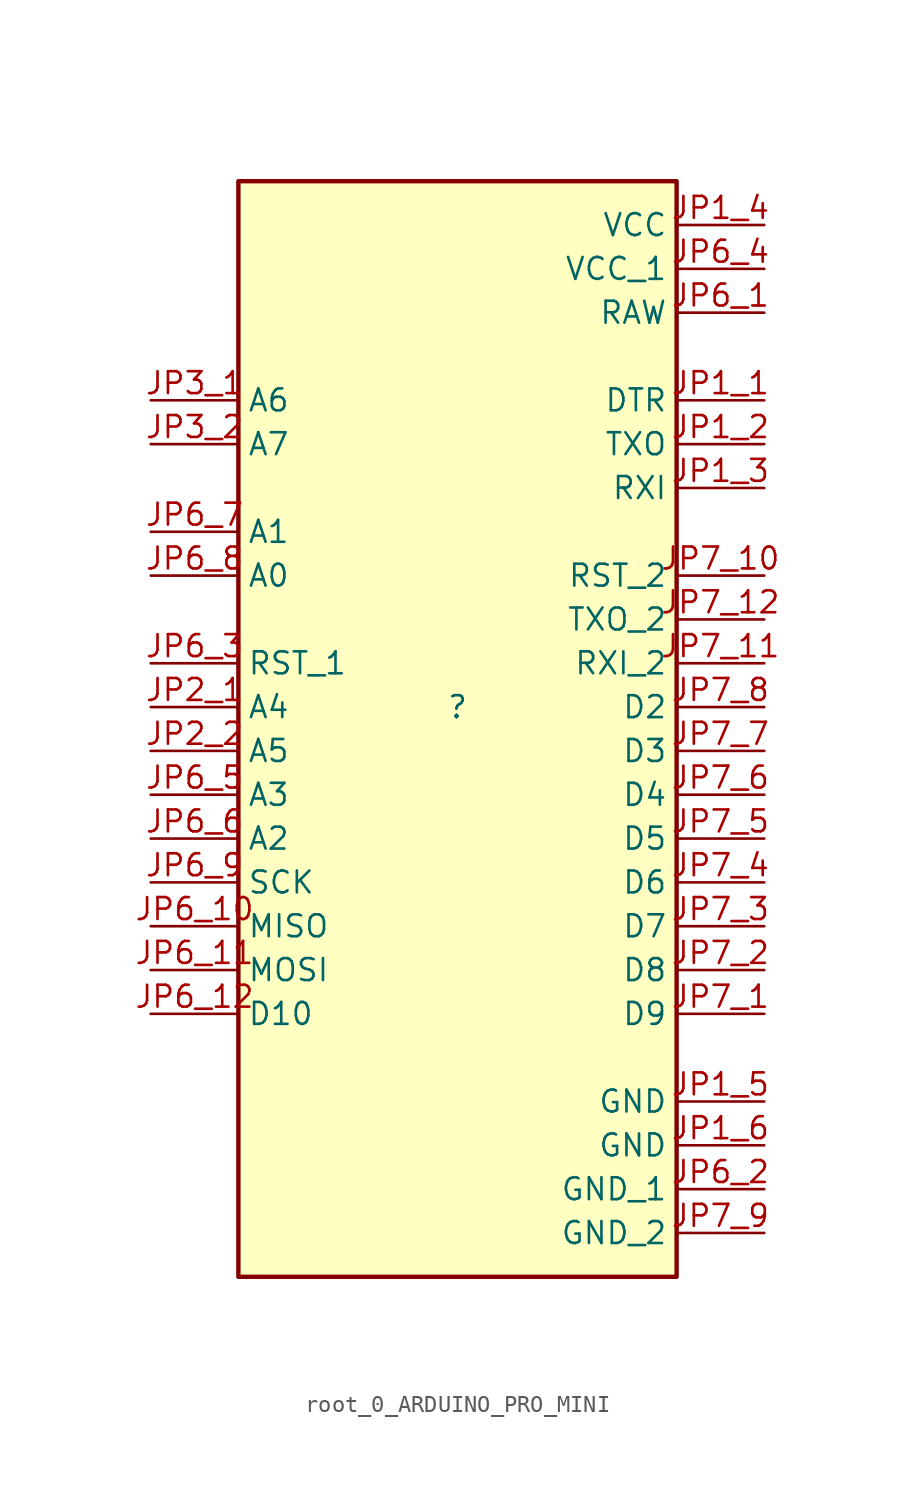
<source format=kicad_sym>
(kicad_symbol_lib
  (version 20220914)
  (generator kicad_symbol_editor)
  (symbol "root_0_ARDUINO_PRO_MINI"
    (property "Reference" ""
      (at 0 0 0)
      (effects (font (size 1.27 1.27))))
    (property "Value" ""
      (at 0 0 0)
      (effects (font (size 1.27 1.27))))
    (symbol "root_0_ARDUINO_PRO_MINI_1_0"
      (rectangle (start 12.7 30.48) (end -12.7 -33.02) (stroke (width 0.254) (type solid)) (fill (type background)))
      (pin input line (at 17.78 17.78 180) (length 5.08) (name "DTR" (effects (font (size 1.27 1.27)))) (number "JP1_1" (effects (font (size 1.27 1.27)))))
      (pin bidirectional line (at 17.78 15.24 180) (length 5.08) (name "TXO" (effects (font (size 1.27 1.27)))) (number "JP1_2" (effects (font (size 1.27 1.27)))))
      (pin bidirectional line (at 17.78 12.7 180) (length 5.08) (name "RXI" (effects (font (size 1.27 1.27)))) (number "JP1_3" (effects (font (size 1.27 1.27)))))
      (pin power_in line (at 17.78 27.94 180) (length 5.08) (name "VCC" (effects (font (size 1.27 1.27)))) (number "JP1_4" (effects (font (size 1.27 1.27)))))
      (pin power_in line (at 17.78 -22.86 180) (length 5.08) (name "GND" (effects (font (size 1.27 1.27)))) (number "JP1_5" (effects (font (size 1.27 1.27)))))
      (pin power_in line (at 17.78 -25.4 180) (length 5.08) (name "GND" (effects (font (size 1.27 1.27)))) (number "JP1_6" (effects (font (size 1.27 1.27)))))
      (pin bidirectional line (at -17.78 0 0) (length 5.08) (name "A4" (effects (font (size 1.27 1.27)))) (number "JP2_1" (effects (font (size 1.27 1.27)))))
      (pin bidirectional line (at -17.78 -2.54 0) (length 5.08) (name "A5" (effects (font (size 1.27 1.27)))) (number "JP2_2" (effects (font (size 1.27 1.27)))))
      (pin input line (at -17.78 17.78 0) (length 5.08) (name "A6" (effects (font (size 1.27 1.27)))) (number "JP3_1" (effects (font (size 1.27 1.27)))))
      (pin input line (at -17.78 15.24 0) (length 5.08) (name "A7" (effects (font (size 1.27 1.27)))) (number "JP3_2" (effects (font (size 1.27 1.27)))))
      (pin power_in line (at 17.78 22.86 180) (length 5.08) (name "RAW" (effects (font (size 1.27 1.27)))) (number "JP6_1" (effects (font (size 1.27 1.27)))))
      (pin bidirectional line (at -17.78 -12.7 0) (length 5.08) (name "MISO" (effects (font (size 1.27 1.27)))) (number "JP6_10" (effects (font (size 1.27 1.27)))))
      (pin bidirectional line (at -17.78 -15.24 0) (length 5.08) (name "MOSI" (effects (font (size 1.27 1.27)))) (number "JP6_11" (effects (font (size 1.27 1.27)))))
      (pin bidirectional line (at -17.78 -17.78 0) (length 5.08) (name "D10" (effects (font (size 1.27 1.27)))) (number "JP6_12" (effects (font (size 1.27 1.27)))))
      (pin power_in line (at 17.78 -27.94 180) (length 5.08) (name "GND_1" (effects (font (size 1.27 1.27)))) (number "JP6_2" (effects (font (size 1.27 1.27)))))
      (pin input line (at -17.78 2.54 0) (length 5.08) (name "RST_1" (effects (font (size 1.27 1.27)))) (number "JP6_3" (effects (font (size 1.27 1.27)))))
      (pin power_in line (at 17.78 25.4 180) (length 5.08) (name "VCC_1" (effects (font (size 1.27 1.27)))) (number "JP6_4" (effects (font (size 1.27 1.27)))))
      (pin bidirectional line (at -17.78 -5.08 0) (length 5.08) (name "A3" (effects (font (size 1.27 1.27)))) (number "JP6_5" (effects (font (size 1.27 1.27)))))
      (pin bidirectional line (at -17.78 -7.62 0) (length 5.08) (name "A2" (effects (font (size 1.27 1.27)))) (number "JP6_6" (effects (font (size 1.27 1.27)))))
      (pin bidirectional line (at -17.78 10.16 0) (length 5.08) (name "A1" (effects (font (size 1.27 1.27)))) (number "JP6_7" (effects (font (size 1.27 1.27)))))
      (pin bidirectional line (at -17.78 7.62 0) (length 5.08) (name "A0" (effects (font (size 1.27 1.27)))) (number "JP6_8" (effects (font (size 1.27 1.27)))))
      (pin bidirectional line (at -17.78 -10.16 0) (length 5.08) (name "SCK" (effects (font (size 1.27 1.27)))) (number "JP6_9" (effects (font (size 1.27 1.27)))))
      (pin bidirectional line (at 17.78 -17.78 180) (length 5.08) (name "D9" (effects (font (size 1.27 1.27)))) (number "JP7_1" (effects (font (size 1.27 1.27)))))
      (pin input line (at 17.78 7.62 180) (length 5.08) (name "RST_2" (effects (font (size 1.27 1.27)))) (number "JP7_10" (effects (font (size 1.27 1.27)))))
      (pin bidirectional line (at 17.78 2.54 180) (length 5.08) (name "RXI_2" (effects (font (size 1.27 1.27)))) (number "JP7_11" (effects (font (size 1.27 1.27)))))
      (pin bidirectional line (at 17.78 5.08 180) (length 5.08) (name "TXO_2" (effects (font (size 1.27 1.27)))) (number "JP7_12" (effects (font (size 1.27 1.27)))))
      (pin bidirectional line (at 17.78 -15.24 180) (length 5.08) (name "D8" (effects (font (size 1.27 1.27)))) (number "JP7_2" (effects (font (size 1.27 1.27)))))
      (pin bidirectional line (at 17.78 -12.7 180) (length 5.08) (name "D7" (effects (font (size 1.27 1.27)))) (number "JP7_3" (effects (font (size 1.27 1.27)))))
      (pin bidirectional line (at 17.78 -10.16 180) (length 5.08) (name "D6" (effects (font (size 1.27 1.27)))) (number "JP7_4" (effects (font (size 1.27 1.27)))))
      (pin bidirectional line (at 17.78 -7.62 180) (length 5.08) (name "D5" (effects (font (size 1.27 1.27)))) (number "JP7_5" (effects (font (size 1.27 1.27)))))
      (pin bidirectional line (at 17.78 -5.08 180) (length 5.08) (name "D4" (effects (font (size 1.27 1.27)))) (number "JP7_6" (effects (font (size 1.27 1.27)))))
      (pin bidirectional line (at 17.78 -2.54 180) (length 5.08) (name "D3" (effects (font (size 1.27 1.27)))) (number "JP7_7" (effects (font (size 1.27 1.27)))))
      (pin bidirectional line (at 17.78 0 180) (length 5.08) (name "D2" (effects (font (size 1.27 1.27)))) (number "JP7_8" (effects (font (size 1.27 1.27)))))
      (pin power_in line (at 17.78 -30.48 180) (length 5.08) (name "GND_2" (effects (font (size 1.27 1.27)))) (number "JP7_9" (effects (font (size 1.27 1.27))))))))
</source>
